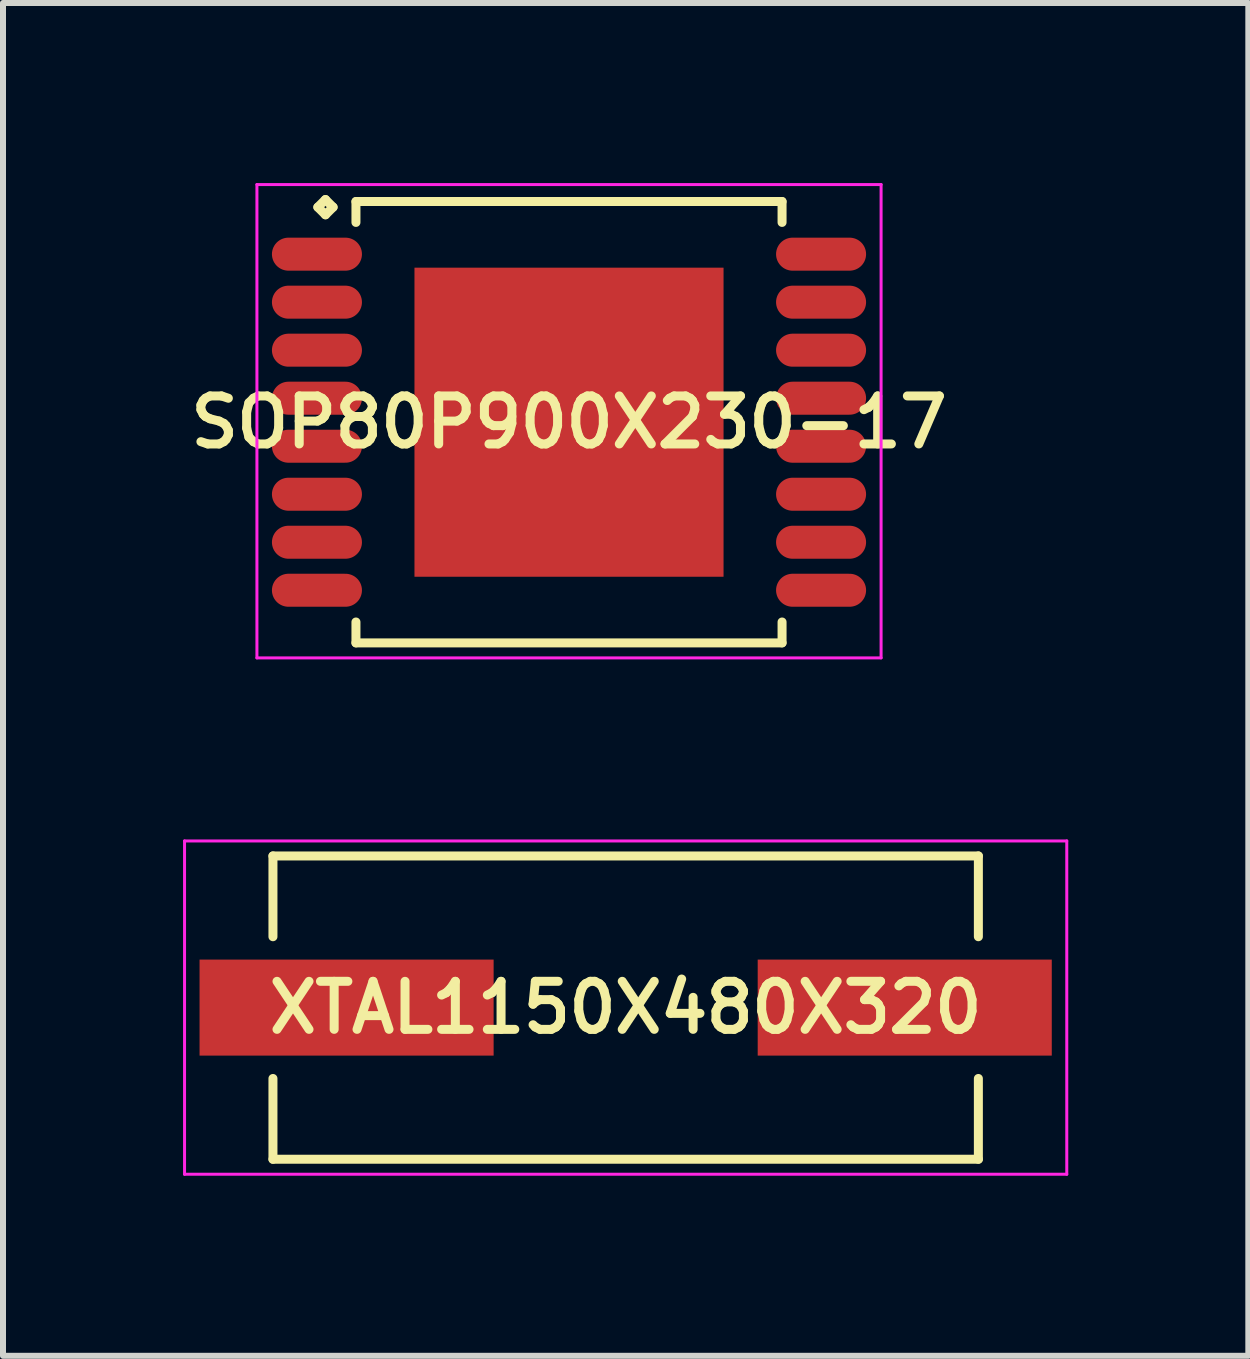
<source format=kicad_pcb>
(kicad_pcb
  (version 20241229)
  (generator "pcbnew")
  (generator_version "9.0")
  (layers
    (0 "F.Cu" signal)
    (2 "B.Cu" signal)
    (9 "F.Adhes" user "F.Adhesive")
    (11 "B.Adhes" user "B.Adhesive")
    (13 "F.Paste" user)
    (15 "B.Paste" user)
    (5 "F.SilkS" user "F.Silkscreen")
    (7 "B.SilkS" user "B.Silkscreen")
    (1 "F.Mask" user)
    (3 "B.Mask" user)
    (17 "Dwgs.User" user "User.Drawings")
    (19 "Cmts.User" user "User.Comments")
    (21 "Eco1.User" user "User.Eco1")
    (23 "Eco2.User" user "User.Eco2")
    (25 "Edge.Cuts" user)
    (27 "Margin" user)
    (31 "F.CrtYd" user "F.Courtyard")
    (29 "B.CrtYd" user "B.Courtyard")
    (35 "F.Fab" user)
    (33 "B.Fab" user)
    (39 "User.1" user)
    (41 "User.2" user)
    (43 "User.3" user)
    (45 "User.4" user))
  (footprint "SOP80P900X230-17"
    (layer "F.Cu")
    (at 6.431 3.985)
    (property "Reference" "SOP80P900X230-17" (at 0 0 0) (layer "F.SilkS") (effects (font (size 0.8 0.8) (thickness 0.15))))
    (attr smd)
    (fp_line (start -4.185 -3.583) (end -4.058 -3.71) (stroke (width 0.15) (type solid)) (layer "F.SilkS"))
    (fp_line (start -4.058 -3.71) (end -3.931 -3.583) (stroke (width 0.15) (type solid)) (layer "F.SilkS"))
    (fp_line (start -4.058 -3.456) (end -4.185 -3.583) (stroke (width 0.15) (type solid)) (layer "F.SilkS"))
    (fp_line (start -3.931 -3.583) (end -4.058 -3.456) (stroke (width 0.15) (type solid)) (layer "F.SilkS"))
    (fp_line (start -3.55 -3.677) (end 3.55 -3.677) (stroke (width 0.15) (type solid)) (layer "F.SilkS"))
    (fp_line (start -3.55 -3.329) (end -3.55 -3.677) (stroke (width 0.15) (type solid)) (layer "F.SilkS"))
    (fp_line (start -3.55 3.329) (end -3.55 3.677) (stroke (width 0.15) (type solid)) (layer "F.SilkS"))
    (fp_line (start -3.55 3.677) (end 3.55 3.677) (stroke (width 0.15) (type solid)) (layer "F.SilkS"))
    (fp_line (start 3.55 -3.677) (end 3.55 -3.329) (stroke (width 0.15) (type solid)) (layer "F.SilkS"))
    (fp_line (start 3.55 3.677) (end 3.55 3.329) (stroke (width 0.15) (type solid)) (layer "F.SilkS"))
    (fp_line (start -5.2 -3.96) (end 5.2 -3.96) (stroke (width 0.05) (type solid)) (layer "F.CrtYd"))
    (fp_line (start -5.2 3.927) (end -5.2 -3.96) (stroke (width 0.05) (type solid)) (layer "F.CrtYd"))
    (fp_line (start 5.2 -3.96) (end 5.2 3.927) (stroke (width 0.05) (type solid)) (layer "F.CrtYd"))
    (fp_line (start 5.2 3.927) (end -5.2 3.927) (stroke (width 0.05) (type solid)) (layer "F.CrtYd"))
    (pad "1" smd oval (at -4.2 -2.8) (size 1.5 0.55) (layers "F.Cu" "F.Mask" "F.Paste"))
    (pad "2" smd oval (at -4.2 -2) (size 1.5 0.55) (layers "F.Cu" "F.Mask" "F.Paste"))
    (pad "3" smd oval (at -4.2 -1.2) (size 1.5 0.55) (layers "F.Cu" "F.Mask" "F.Paste"))
    (pad "4" smd oval (at -4.2 -0.4) (size 1.5 0.55) (layers "F.Cu" "F.Mask" "F.Paste"))
    (pad "5" smd oval (at -4.2 0.4) (size 1.5 0.55) (layers "F.Cu" "F.Mask" "F.Paste"))
    (pad "6" smd oval (at -4.2 1.2) (size 1.5 0.55) (layers "F.Cu" "F.Mask" "F.Paste"))
    (pad "7" smd oval (at -4.2 2) (size 1.5 0.55) (layers "F.Cu" "F.Mask" "F.Paste"))
    (pad "8" smd oval (at -4.2 2.8) (size 1.5 0.55) (layers "F.Cu" "F.Mask" "F.Paste"))
    (pad "9" smd oval (at 4.2 2.8) (size 1.5 0.55) (layers "F.Cu" "F.Mask" "F.Paste"))
    (pad "10" smd oval (at 4.2 2) (size 1.5 0.55) (layers "F.Cu" "F.Mask" "F.Paste"))
    (pad "11" smd oval (at 4.2 1.2) (size 1.5 0.55) (layers "F.Cu" "F.Mask" "F.Paste"))
    (pad "12" smd oval (at 4.2 0.4) (size 1.5 0.55) (layers "F.Cu" "F.Mask" "F.Paste"))
    (pad "13" smd oval (at 4.2 -0.4) (size 1.5 0.55) (layers "F.Cu" "F.Mask" "F.Paste"))
    (pad "14" smd oval (at 4.2 -1.2) (size 1.5 0.55) (layers "F.Cu" "F.Mask" "F.Paste"))
    (pad "15" smd oval (at 4.2 -2) (size 1.5 0.55) (layers "F.Cu" "F.Mask" "F.Paste"))
    (pad "16" smd oval (at 4.2 -2.8) (size 1.5 0.55) (layers "F.Cu" "F.Mask" "F.Paste"))
    (pad "17" smd rect (at 0 0) (size 5.15 5.15) (layers "F.Cu" "F.Mask" "F.Paste")))
  (footprint "XTAL1150X480X320"
    (layer "F.Cu")
    (at 7.375 13.739)
    (property "Reference" "XTAL1150X480X320" (at 0 0 0) (layer "F.SilkS") (effects (font (size 0.8 0.8) (thickness 0.15))))
    (attr smd)
    (fp_line (start -5.877 -2.527) (end 5.877 -2.527) (stroke (width 0.15) (type solid)) (layer "F.SilkS"))
    (fp_line (start -5.877 -1.181) (end -5.877 -2.527) (stroke (width 0.15) (type solid)) (layer "F.SilkS"))
    (fp_line (start -5.877 1.181) (end -5.877 2.527) (stroke (width 0.15) (type solid)) (layer "F.SilkS"))
    (fp_line (start -5.877 2.527) (end 5.877 2.527) (stroke (width 0.15) (type solid)) (layer "F.SilkS"))
    (fp_line (start 5.877 -2.527) (end 5.877 -1.181) (stroke (width 0.15) (type solid)) (layer "F.SilkS"))
    (fp_line (start 5.877 2.527) (end 5.877 1.181) (stroke (width 0.15) (type solid)) (layer "F.SilkS"))
    (fp_line (start -7.35 -2.777) (end 7.35 -2.777) (stroke (width 0.05) (type solid)) (layer "F.CrtYd"))
    (fp_line (start -7.35 2.777) (end -7.35 -2.777) (stroke (width 0.05) (type solid)) (layer "F.CrtYd"))
    (fp_line (start 7.35 -2.777) (end 7.35 2.777) (stroke (width 0.05) (type solid)) (layer "F.CrtYd"))
    (fp_line (start 7.35 2.777) (end -7.35 2.777) (stroke (width 0.05) (type solid)) (layer "F.CrtYd"))
    (pad "1" smd rect (at -4.65 0) (size 4.9 1.6) (layers "F.Cu" "F.Mask" "F.Paste"))
    (pad "2" smd rect (at 4.65 0) (size 4.9 1.6) (layers "F.Cu" "F.Mask" "F.Paste")))
  (gr_rect
    (start -3 -3)
    (end 17.75 19.541)
    (stroke (width 0.1) (type default))
    (fill no)
    (layer "Edge.Cuts")))
</source>
